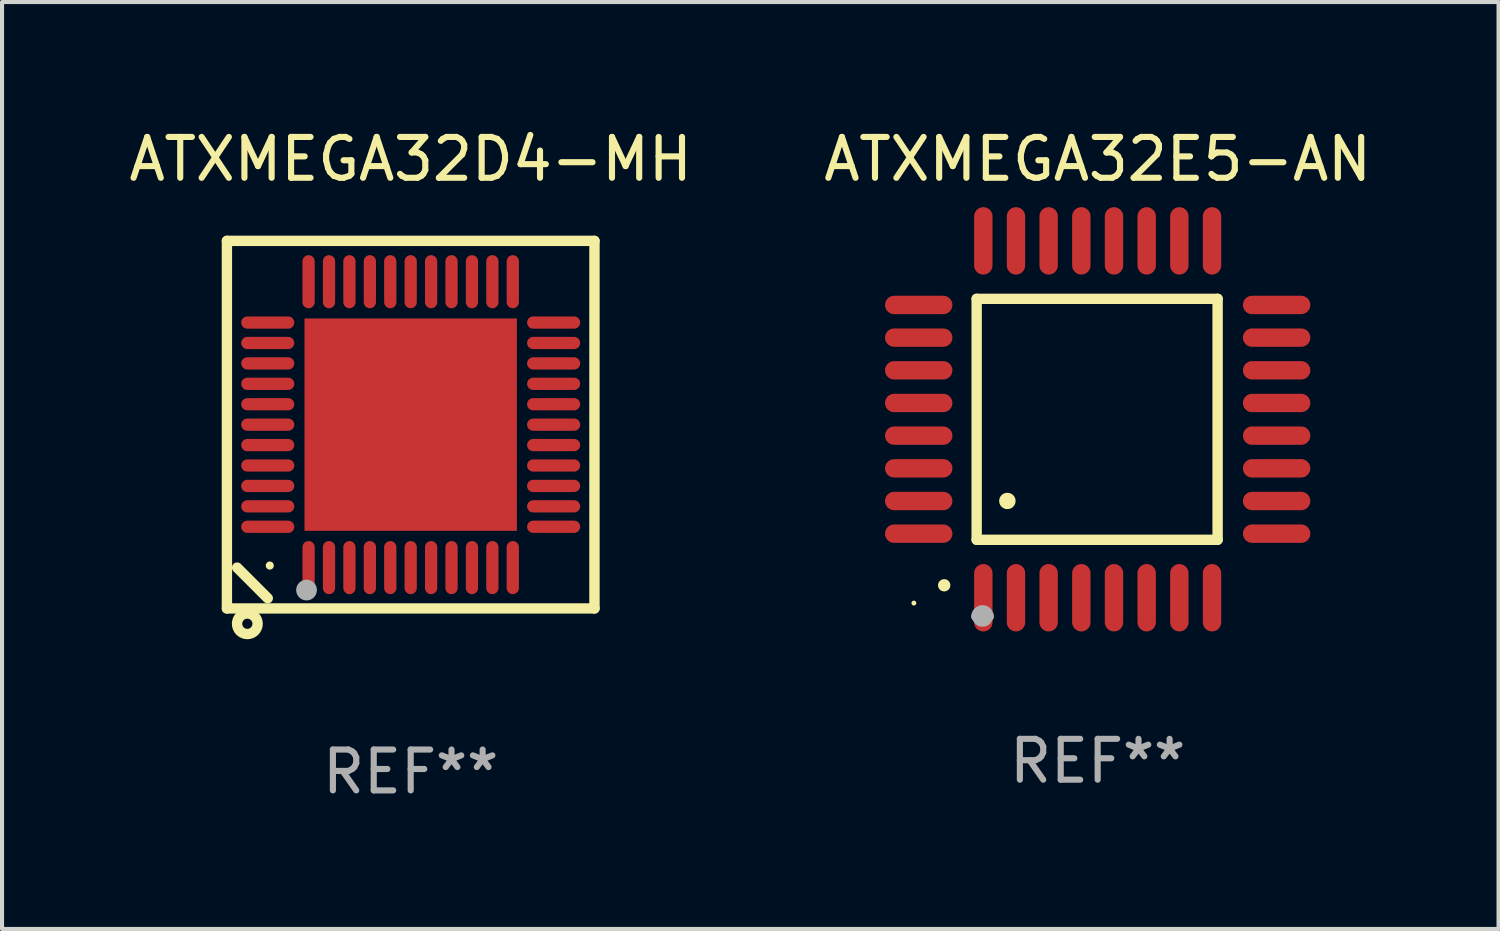
<source format=kicad_pcb>
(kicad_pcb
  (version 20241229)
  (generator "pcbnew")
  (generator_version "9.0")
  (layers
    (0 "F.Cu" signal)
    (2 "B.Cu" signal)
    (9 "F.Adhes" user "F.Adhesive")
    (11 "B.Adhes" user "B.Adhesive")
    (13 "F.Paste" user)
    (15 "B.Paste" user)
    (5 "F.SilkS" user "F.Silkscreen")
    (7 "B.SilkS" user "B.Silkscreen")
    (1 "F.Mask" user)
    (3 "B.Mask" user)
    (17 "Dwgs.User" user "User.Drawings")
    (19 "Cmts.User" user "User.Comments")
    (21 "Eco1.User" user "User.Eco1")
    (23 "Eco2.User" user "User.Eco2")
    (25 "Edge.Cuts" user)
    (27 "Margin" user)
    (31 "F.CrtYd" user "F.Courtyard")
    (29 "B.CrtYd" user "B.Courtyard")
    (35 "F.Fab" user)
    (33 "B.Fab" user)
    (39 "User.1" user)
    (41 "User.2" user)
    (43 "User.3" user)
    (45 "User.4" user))
  (footprint "ATXMEGA32E5-AN"
    (layer "F.Cu")
    (at 23.827 7.217)
    (property "Reference" "ATXMEGA32E5-AN" (at 0 -6.369 0) (layer "F.SilkS") (effects (font (size 1 1) (thickness 0.15))))
    (attr through_hole)
    (fp_line (start -2.963 -2.95) (end -2.963 2.95) (stroke (width 0.254) (type solid)) (layer "F.SilkS"))
    (fp_line (start -2.963 2.95) (end 2.937 2.95) (stroke (width 0.254) (type solid)) (layer "F.SilkS"))
    (fp_line (start 2.937 -2.95) (end -2.963 -2.95) (stroke (width 0.254) (type solid)) (layer "F.SilkS"))
    (fp_line (start 2.937 2.95) (end 2.937 -2.95) (stroke (width 0.254) (type solid)) (layer "F.SilkS"))
    (fp_arc (start -3.759208 4.064008) (mid -3.757938 4.064003) (end -3.756668 4.064008) (stroke (width 0.3) (type solid)) (layer "F.SilkS"))
    (fp_arc (start -2.212344 1.998984) (mid -2.211074 1.99898) (end -2.209804 1.998984) (stroke (width 0.4) (type solid)) (layer "F.SilkS"))
    (fp_circle (center -4.5 4.5) (end -4.47 4.5) (stroke (width 0.06) (type solid)) (fill no) (layer "F.SilkS"))
    (fp_arc (start -2.967489 4.82601) (mid -2.819406 4.677927) (end -2.671323 4.82601) (stroke (width 0.254001) (type solid)) (layer "F.Fab"))
    (fp_arc (start -2.967488 4.82601) (mid -2.819406 4.791053) (end -2.671324 4.82601) (stroke (width 0.254001) (type solid)) (layer "F.Fab"))
    (fp_circle (center -2.819 4.826) (end -2.692 4.826) (stroke (width 0.254) (type solid)) (fill no) (layer "F.Fab"))
    (fp_text user "REF**" (at 0 8.369 0) (layer "F.Fab") (effects (font (size 1 1) (thickness 0.15))))
    (pad "1" smd oval (at -2.8 4.369) (size 0.45 1.65) (layers "F.Cu" "F.Mask" "F.Paste"))
    (pad "2" smd oval (at -2 4.369) (size 0.45 1.65) (layers "F.Cu" "F.Mask" "F.Paste"))
    (pad "3" smd oval (at -1.2 4.369) (size 0.45 1.65) (layers "F.Cu" "F.Mask" "F.Paste"))
    (pad "4" smd oval (at -0.4 4.369) (size 0.45 1.65) (layers "F.Cu" "F.Mask" "F.Paste"))
    (pad "5" smd oval (at 0.4 4.369) (size 0.45 1.65) (layers "F.Cu" "F.Mask" "F.Paste"))
    (pad "6" smd oval (at 1.2 4.369) (size 0.45 1.65) (layers "F.Cu" "F.Mask" "F.Paste"))
    (pad "7" smd oval (at 2 4.369) (size 0.45 1.65) (layers "F.Cu" "F.Mask" "F.Paste"))
    (pad "8" smd oval (at 2.8 4.369) (size 0.45 1.65) (layers "F.Cu" "F.Mask" "F.Paste"))
    (pad "9" smd oval (at 4.382 2.8) (size 1.65 0.45) (layers "F.Cu" "F.Mask" "F.Paste"))
    (pad "10" smd oval (at 4.382 2) (size 1.65 0.45) (layers "F.Cu" "F.Mask" "F.Paste"))
    (pad "11" smd oval (at 4.382 1.2) (size 1.65 0.45) (layers "F.Cu" "F.Mask" "F.Paste"))
    (pad "12" smd oval (at 4.382 0.4) (size 1.65 0.45) (layers "F.Cu" "F.Mask" "F.Paste"))
    (pad "13" smd oval (at 4.382 -0.4) (size 1.65 0.45) (layers "F.Cu" "F.Mask" "F.Paste"))
    (pad "14" smd oval (at 4.382 -1.2) (size 1.65 0.45) (layers "F.Cu" "F.Mask" "F.Paste"))
    (pad "15" smd oval (at 4.382 -2) (size 1.65 0.45) (layers "F.Cu" "F.Mask" "F.Paste"))
    (pad "16" smd oval (at 4.382 -2.8) (size 1.65 0.45) (layers "F.Cu" "F.Mask" "F.Paste"))
    (pad "17" smd oval (at 2.8 -4.369) (size 0.45 1.65) (layers "F.Cu" "F.Mask" "F.Paste"))
    (pad "18" smd oval (at 2 -4.369) (size 0.45 1.65) (layers "F.Cu" "F.Mask" "F.Paste"))
    (pad "19" smd oval (at 1.2 -4.369) (size 0.45 1.65) (layers "F.Cu" "F.Mask" "F.Paste"))
    (pad "20" smd oval (at 0.4 -4.369) (size 0.45 1.65) (layers "F.Cu" "F.Mask" "F.Paste"))
    (pad "21" smd oval (at -0.4 -4.369) (size 0.45 1.65) (layers "F.Cu" "F.Mask" "F.Paste"))
    (pad "22" smd oval (at -1.2 -4.369) (size 0.45 1.65) (layers "F.Cu" "F.Mask" "F.Paste"))
    (pad "23" smd oval (at -2 -4.369) (size 0.45 1.65) (layers "F.Cu" "F.Mask" "F.Paste"))
    (pad "24" smd oval (at -2.8 -4.369) (size 0.45 1.65) (layers "F.Cu" "F.Mask" "F.Paste"))
    (pad "25" smd oval (at -4.382 -2.8) (size 1.65 0.45) (layers "F.Cu" "F.Mask" "F.Paste"))
    (pad "26" smd oval (at -4.382 -2) (size 1.65 0.45) (layers "F.Cu" "F.Mask" "F.Paste"))
    (pad "27" smd oval (at -4.382 -1.2) (size 1.65 0.45) (layers "F.Cu" "F.Mask" "F.Paste"))
    (pad "28" smd oval (at -4.382 -0.4) (size 1.65 0.45) (layers "F.Cu" "F.Mask" "F.Paste"))
    (pad "29" smd oval (at -4.382 0.4) (size 1.65 0.45) (layers "F.Cu" "F.Mask" "F.Paste"))
    (pad "30" smd oval (at -4.382 1.2) (size 1.65 0.45) (layers "F.Cu" "F.Mask" "F.Paste"))
    (pad "31" smd oval (at -4.382 2) (size 1.65 0.45) (layers "F.Cu" "F.Mask" "F.Paste"))
    (pad "32" smd oval (at -4.382 2.8) (size 1.65 0.45) (layers "F.Cu" "F.Mask" "F.Paste")))
  (footprint "ATXMEGA32D4-MH"
    (layer "F.Cu")
    (at 7.006 7.348)
    (property "Reference" "ATXMEGA32D4-MH" (at 0 -6.5 0) (layer "F.SilkS") (effects (font (size 1 1) (thickness 0.15))))
    (attr through_hole)
    (fp_line (start -4.5 -4.5) (end -4.5 4.5) (stroke (width 0.254) (type solid)) (layer "F.SilkS"))
    (fp_line (start -4.5 4.5) (end 4.5 4.5) (stroke (width 0.254) (type solid)) (layer "F.SilkS"))
    (fp_line (start -3.5 4.25) (end -4.25 3.5) (stroke (width 0.254) (type solid)) (layer "F.SilkS"))
    (fp_line (start 4.5 -4.5) (end -4.5 -4.5) (stroke (width 0.254) (type solid)) (layer "F.SilkS"))
    (fp_line (start 4.5 4.5) (end 4.5 -4.5) (stroke (width 0.254) (type solid)) (layer "F.SilkS"))
    (fp_circle (center -4 4.875) (end -3.875 4.875) (stroke (width 0.254) (type solid)) (fill no) (layer "F.SilkS"))
    (fp_circle (center -3.45 3.45) (end -3.4 3.45) (stroke (width 0.1) (type solid)) (fill no) (layer "F.SilkS"))
    (fp_circle (center -2.55 4.05) (end -2.423 4.05) (stroke (width 0.254) (type solid)) (fill no) (layer "F.Fab"))
    (fp_text user "REF**" (at 0 8.5 0) (layer "F.Fab") (effects (font (size 1 1) (thickness 0.15))))
    (pad "1" smd oval (at -2.5 3.5 90) (size 1.3 0.3) (layers "F.Cu" "F.Mask" "F.Paste"))
    (pad "2" smd oval (at -2 3.5 90) (size 1.3 0.3) (layers "F.Cu" "F.Mask" "F.Paste"))
    (pad "3" smd oval (at -1.5 3.5 90) (size 1.3 0.3) (layers "F.Cu" "F.Mask" "F.Paste"))
    (pad "4" smd oval (at -1 3.5 90) (size 1.3 0.3) (layers "F.Cu" "F.Mask" "F.Paste"))
    (pad "5" smd oval (at -0.5 3.5 90) (size 1.3 0.3) (layers "F.Cu" "F.Mask" "F.Paste"))
    (pad "6" smd oval (at 0.000025 3.5 90) (size 1.3 0.3) (layers "F.Cu" "F.Mask" "F.Paste"))
    (pad "7" smd oval (at 0.5 3.5 90) (size 1.3 0.3) (layers "F.Cu" "F.Mask" "F.Paste"))
    (pad "8" smd oval (at 1 3.5 90) (size 1.3 0.3) (layers "F.Cu" "F.Mask" "F.Paste"))
    (pad "9" smd oval (at 1.5 3.5 90) (size 1.3 0.3) (layers "F.Cu" "F.Mask" "F.Paste"))
    (pad "10" smd oval (at 2 3.5 90) (size 1.3 0.3) (layers "F.Cu" "F.Mask" "F.Paste"))
    (pad "11" smd oval (at 2.5 3.5 90) (size 1.3 0.3) (layers "F.Cu" "F.Mask" "F.Paste"))
    (pad "12" smd oval (at 3.5 2.5 90) (size 0.3 1.3) (layers "F.Cu" "F.Mask" "F.Paste"))
    (pad "13" smd oval (at 3.5 2 90) (size 0.3 1.3) (layers "F.Cu" "F.Mask" "F.Paste"))
    (pad "14" smd oval (at 3.5 1.5 90) (size 0.3 1.3) (layers "F.Cu" "F.Mask" "F.Paste"))
    (pad "15" smd oval (at 3.5 1 90) (size 0.3 1.3) (layers "F.Cu" "F.Mask" "F.Paste"))
    (pad "16" smd oval (at 3.5 0.5 90) (size 0.3 1.3) (layers "F.Cu" "F.Mask" "F.Paste"))
    (pad "17" smd oval (at 3.5 0.000025 90) (size 0.3 1.3) (layers "F.Cu" "F.Mask" "F.Paste"))
    (pad "18" smd oval (at 3.5 -0.5 90) (size 0.3 1.3) (layers "F.Cu" "F.Mask" "F.Paste"))
    (pad "19" smd oval (at 3.5 -1 90) (size 0.3 1.3) (layers "F.Cu" "F.Mask" "F.Paste"))
    (pad "20" smd oval (at 3.5 -1.5 90) (size 0.3 1.3) (layers "F.Cu" "F.Mask" "F.Paste"))
    (pad "21" smd oval (at 3.5 -2 90) (size 0.3 1.3) (layers "F.Cu" "F.Mask" "F.Paste"))
    (pad "22" smd oval (at 3.5 -2.5 90) (size 0.3 1.3) (layers "F.Cu" "F.Mask" "F.Paste"))
    (pad "23" smd oval (at 2.5 -3.5 90) (size 1.3 0.3) (layers "F.Cu" "F.Mask" "F.Paste"))
    (pad "24" smd oval (at 2 -3.5 90) (size 1.3 0.3) (layers "F.Cu" "F.Mask" "F.Paste"))
    (pad "25" smd oval (at 1.5 -3.5 90) (size 1.3 0.3) (layers "F.Cu" "F.Mask" "F.Paste"))
    (pad "26" smd oval (at 1 -3.5 90) (size 1.3 0.3) (layers "F.Cu" "F.Mask" "F.Paste"))
    (pad "27" smd oval (at 0.5 -3.5 90) (size 1.3 0.3) (layers "F.Cu" "F.Mask" "F.Paste"))
    (pad "28" smd oval (at 0.000025 -3.5 90) (size 1.3 0.3) (layers "F.Cu" "F.Mask" "F.Paste"))
    (pad "29" smd oval (at -0.5 -3.5 90) (size 1.3 0.3) (layers "F.Cu" "F.Mask" "F.Paste"))
    (pad "30" smd oval (at -1 -3.5 90) (size 1.3 0.3) (layers "F.Cu" "F.Mask" "F.Paste"))
    (pad "31" smd oval (at -1.5 -3.5 90) (size 1.3 0.3) (layers "F.Cu" "F.Mask" "F.Paste"))
    (pad "32" smd oval (at -2 -3.5 90) (size 1.3 0.3) (layers "F.Cu" "F.Mask" "F.Paste"))
    (pad "33" smd oval (at -2.5 -3.5 90) (size 1.3 0.3) (layers "F.Cu" "F.Mask" "F.Paste"))
    (pad "34" smd oval (at -3.5 -2.5 90) (size 0.3 1.3) (layers "F.Cu" "F.Mask" "F.Paste"))
    (pad "35" smd oval (at -3.5 -2 90) (size 0.3 1.3) (layers "F.Cu" "F.Mask" "F.Paste"))
    (pad "36" smd oval (at -3.5 -1.5 90) (size 0.3 1.3) (layers "F.Cu" "F.Mask" "F.Paste"))
    (pad "37" smd oval (at -3.5 -1 90) (size 0.3 1.3) (layers "F.Cu" "F.Mask" "F.Paste"))
    (pad "38" smd oval (at -3.5 -0.5 90) (size 0.3 1.3) (layers "F.Cu" "F.Mask" "F.Paste"))
    (pad "39" smd oval (at -3.5 0.000025 90) (size 0.3 1.3) (layers "F.Cu" "F.Mask" "F.Paste"))
    (pad "40" smd oval (at -3.5 0.5 90) (size 0.3 1.3) (layers "F.Cu" "F.Mask" "F.Paste"))
    (pad "41" smd oval (at -3.5 1 90) (size 0.3 1.3) (layers "F.Cu" "F.Mask" "F.Paste"))
    (pad "42" smd oval (at -3.5 1.5 90) (size 0.3 1.3) (layers "F.Cu" "F.Mask" "F.Paste"))
    (pad "43" smd oval (at -3.5 2 90) (size 0.3 1.3) (layers "F.Cu" "F.Mask" "F.Paste"))
    (pad "44" smd oval (at -3.5 2.5 90) (size 0.3 1.3) (layers "F.Cu" "F.Mask" "F.Paste"))
    (pad "45" smd rect (at 0.000025 0.000025 90) (size 5.2 5.2) (layers "F.Cu" "F.Mask" "F.Paste")))
  (gr_rect
    (start -3 -3)
    (end 33.643 19.697)
    (stroke (width 0.1) (type default))
    (fill no)
    (layer "Edge.Cuts")))
</source>
